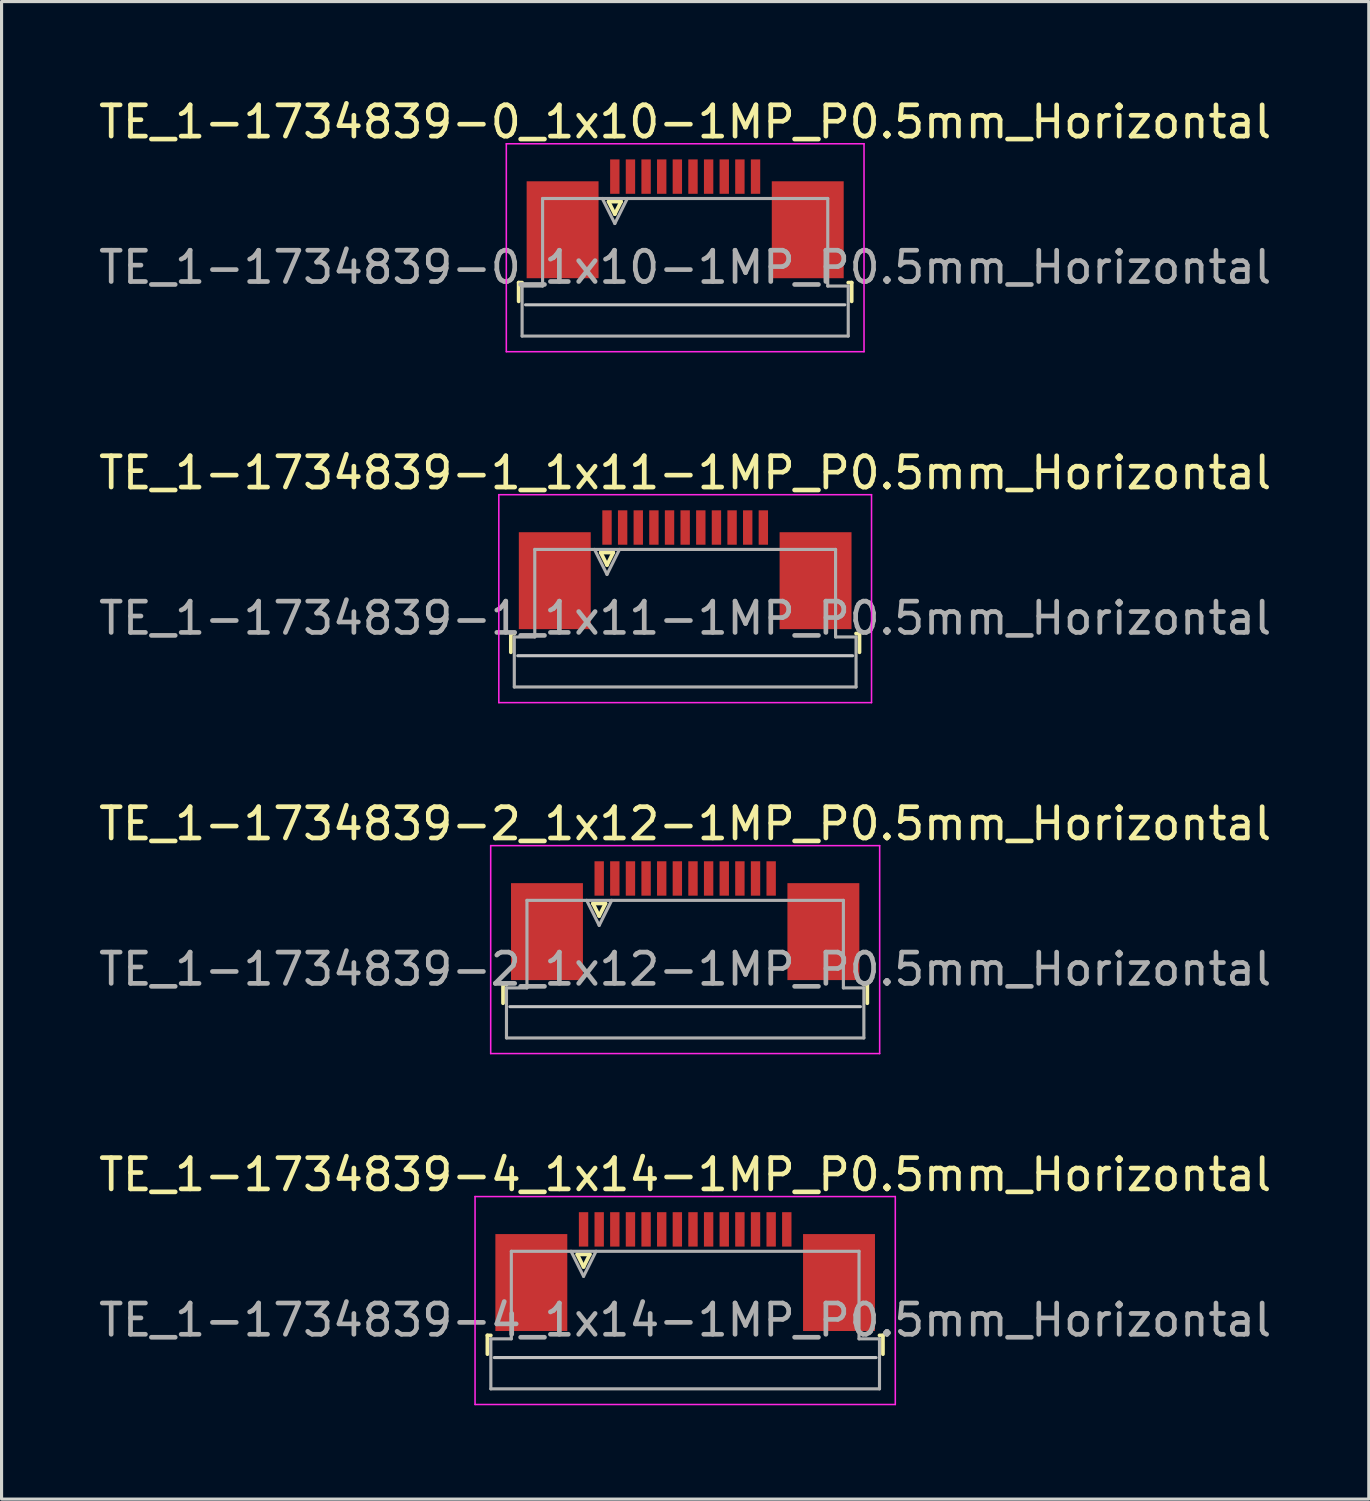
<source format=kicad_pcb>
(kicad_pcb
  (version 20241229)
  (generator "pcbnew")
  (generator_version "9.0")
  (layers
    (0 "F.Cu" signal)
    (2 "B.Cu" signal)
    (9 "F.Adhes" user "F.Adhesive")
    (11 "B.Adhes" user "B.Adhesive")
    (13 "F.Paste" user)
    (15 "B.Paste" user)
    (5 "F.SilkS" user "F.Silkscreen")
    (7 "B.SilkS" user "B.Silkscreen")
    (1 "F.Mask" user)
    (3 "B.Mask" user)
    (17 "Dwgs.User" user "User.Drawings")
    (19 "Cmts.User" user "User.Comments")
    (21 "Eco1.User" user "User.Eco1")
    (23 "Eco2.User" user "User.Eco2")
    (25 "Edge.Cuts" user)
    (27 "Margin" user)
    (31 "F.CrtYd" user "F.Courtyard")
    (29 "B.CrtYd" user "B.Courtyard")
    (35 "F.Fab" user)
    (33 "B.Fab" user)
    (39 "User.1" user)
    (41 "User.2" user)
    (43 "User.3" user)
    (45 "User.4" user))
  (footprint "TE_1-1734839-0_1x10-1MP_P0.5mm_Horizontal"
    (layer "F.Cu")
    (at 18.863 3.948)
    (property "Reference" "TE_1-1734839-0_1x10-1MP_P0.5mm_Horizontal" (at 0 -3.1 0) (layer "F.SilkS") (effects (font (size 1 1) (thickness 0.15))))
    (attr smd)
    (fp_line (start -5.325 2.04) (end -5.325 2.64) (stroke (width 0.12) (type solid)) (layer "F.SilkS"))
    (fp_line (start -5.215 2.04) (end -5.325 2.04) (stroke (width 0.12) (type solid)) (layer "F.SilkS"))
    (fp_line (start -2.45 -0.55) (end -2.25 -0.15) (stroke (width 0.12) (type solid)) (layer "F.SilkS"))
    (fp_line (start -2.25 -0.15) (end -2.05 -0.55) (stroke (width 0.12) (type solid)) (layer "F.SilkS"))
    (fp_line (start -2.05 -0.55) (end -2.45 -0.55) (stroke (width 0.12) (type solid)) (layer "F.SilkS"))
    (fp_line (start 5.215 2.04) (end 5.325 2.04) (stroke (width 0.12) (type solid)) (layer "F.SilkS"))
    (fp_line (start 5.325 2.04) (end 5.325 2.64) (stroke (width 0.12) (type solid)) (layer "F.SilkS"))
    (fp_line (start 5.105 2.75) (end -5.105 2.75) (stroke (width 0.1) (type solid)) (layer "Dwgs.User"))
    (fp_line (start -5.72 -2.4) (end -5.72 4.25) (stroke (width 0.05) (type solid)) (layer "F.CrtYd"))
    (fp_line (start -5.72 4.25) (end 5.72 4.25) (stroke (width 0.05) (type solid)) (layer "F.CrtYd"))
    (fp_line (start 5.72 -2.4) (end -5.72 -2.4) (stroke (width 0.05) (type solid)) (layer "F.CrtYd"))
    (fp_line (start 5.72 4.25) (end 5.72 -2.4) (stroke (width 0.05) (type solid)) (layer "F.CrtYd"))
    (fp_line (start -5.215 2.15) (end -4.56 2.15) (stroke (width 0.1) (type solid)) (layer "F.Fab"))
    (fp_line (start -5.215 3.75) (end -5.215 2.15) (stroke (width 0.1) (type solid)) (layer "F.Fab"))
    (fp_line (start -4.56 -0.65) (end 4.56 -0.65) (stroke (width 0.1) (type solid)) (layer "F.Fab"))
    (fp_line (start -4.56 2.15) (end -4.56 -0.65) (stroke (width 0.1) (type solid)) (layer "F.Fab"))
    (fp_line (start -2.65 -0.65) (end -2.25 0.15) (stroke (width 0.1) (type solid)) (layer "F.Fab"))
    (fp_line (start -2.25 0.15) (end -1.85 -0.65) (stroke (width 0.1) (type solid)) (layer "F.Fab"))
    (fp_line (start 4.56 -0.65) (end 4.56 2.15) (stroke (width 0.1) (type solid)) (layer "F.Fab"))
    (fp_line (start 4.56 2.15) (end 5.215 2.15) (stroke (width 0.1) (type solid)) (layer "F.Fab"))
    (fp_line (start 5.215 2.15) (end 5.215 3.75) (stroke (width 0.1) (type solid)) (layer "F.Fab"))
    (fp_line (start 5.215 3.75) (end -5.215 3.75) (stroke (width 0.1) (type solid)) (layer "F.Fab"))
    (fp_text user "${REFERENCE}" (at 0 1.55 0) (layer "F.Fab") (effects (font (size 1 1) (thickness 0.15))))
    (pad "1" smd rect (at -2.25 -1.35) (size 0.3 1.1) (layers "F.Cu" "F.Mask" "F.Paste"))
    (pad "2" smd rect (at -1.75 -1.35) (size 0.3 1.1) (layers "F.Cu" "F.Mask" "F.Paste"))
    (pad "3" smd rect (at -1.25 -1.35) (size 0.3 1.1) (layers "F.Cu" "F.Mask" "F.Paste"))
    (pad "4" smd rect (at -0.75 -1.35) (size 0.3 1.1) (layers "F.Cu" "F.Mask" "F.Paste"))
    (pad "5" smd rect (at -0.25 -1.35) (size 0.3 1.1) (layers "F.Cu" "F.Mask" "F.Paste"))
    (pad "6" smd rect (at 0.25 -1.35) (size 0.3 1.1) (layers "F.Cu" "F.Mask" "F.Paste"))
    (pad "7" smd rect (at 0.75 -1.35) (size 0.3 1.1) (layers "F.Cu" "F.Mask" "F.Paste"))
    (pad "8" smd rect (at 1.25 -1.35) (size 0.3 1.1) (layers "F.Cu" "F.Mask" "F.Paste"))
    (pad "9" smd rect (at 1.75 -1.35) (size 0.3 1.1) (layers "F.Cu" "F.Mask" "F.Paste"))
    (pad "10" smd rect (at 2.25 -1.35) (size 0.3 1.1) (layers "F.Cu" "F.Mask" "F.Paste"))
    (pad "MP" smd rect (at -3.92 0.35) (size 2.3 3.1) (layers "F.Cu" "F.Mask" "F.Paste"))
    (pad "MP" smd rect (at 3.92 0.35) (size 2.3 3.1) (layers "F.Cu" "F.Mask" "F.Paste")))
  (footprint "TE_1-1734839-2_1x12-1MP_P0.5mm_Horizontal"
    (layer "F.Cu")
    (at 18.863 26.395)
    (property "Reference" "TE_1-1734839-2_1x12-1MP_P0.5mm_Horizontal" (at 0 -3.1 0) (layer "F.SilkS") (effects (font (size 1 1) (thickness 0.15))))
    (attr smd)
    (fp_line (start -5.825 2.04) (end -5.825 2.64) (stroke (width 0.12) (type solid)) (layer "F.SilkS"))
    (fp_line (start -5.715 2.04) (end -5.825 2.04) (stroke (width 0.12) (type solid)) (layer "F.SilkS"))
    (fp_line (start -2.95 -0.55) (end -2.75 -0.15) (stroke (width 0.12) (type solid)) (layer "F.SilkS"))
    (fp_line (start -2.75 -0.15) (end -2.55 -0.55) (stroke (width 0.12) (type solid)) (layer "F.SilkS"))
    (fp_line (start -2.55 -0.55) (end -2.95 -0.55) (stroke (width 0.12) (type solid)) (layer "F.SilkS"))
    (fp_line (start 5.715 2.04) (end 5.825 2.04) (stroke (width 0.12) (type solid)) (layer "F.SilkS"))
    (fp_line (start 5.825 2.04) (end 5.825 2.64) (stroke (width 0.12) (type solid)) (layer "F.SilkS"))
    (fp_line (start 5.605 2.75) (end -5.605 2.75) (stroke (width 0.1) (type solid)) (layer "Dwgs.User"))
    (fp_line (start -6.22 -2.4) (end -6.22 4.25) (stroke (width 0.05) (type solid)) (layer "F.CrtYd"))
    (fp_line (start -6.22 4.25) (end 6.22 4.25) (stroke (width 0.05) (type solid)) (layer "F.CrtYd"))
    (fp_line (start 6.22 -2.4) (end -6.22 -2.4) (stroke (width 0.05) (type solid)) (layer "F.CrtYd"))
    (fp_line (start 6.22 4.25) (end 6.22 -2.4) (stroke (width 0.05) (type solid)) (layer "F.CrtYd"))
    (fp_line (start -5.715 2.15) (end -5.06 2.15) (stroke (width 0.1) (type solid)) (layer "F.Fab"))
    (fp_line (start -5.715 3.75) (end -5.715 2.15) (stroke (width 0.1) (type solid)) (layer "F.Fab"))
    (fp_line (start -5.06 -0.65) (end 5.06 -0.65) (stroke (width 0.1) (type solid)) (layer "F.Fab"))
    (fp_line (start -5.06 2.15) (end -5.06 -0.65) (stroke (width 0.1) (type solid)) (layer "F.Fab"))
    (fp_line (start -3.15 -0.65) (end -2.75 0.15) (stroke (width 0.1) (type solid)) (layer "F.Fab"))
    (fp_line (start -2.75 0.15) (end -2.35 -0.65) (stroke (width 0.1) (type solid)) (layer "F.Fab"))
    (fp_line (start 5.06 -0.65) (end 5.06 2.15) (stroke (width 0.1) (type solid)) (layer "F.Fab"))
    (fp_line (start 5.06 2.15) (end 5.715 2.15) (stroke (width 0.1) (type solid)) (layer "F.Fab"))
    (fp_line (start 5.715 2.15) (end 5.715 3.75) (stroke (width 0.1) (type solid)) (layer "F.Fab"))
    (fp_line (start 5.715 3.75) (end -5.715 3.75) (stroke (width 0.1) (type solid)) (layer "F.Fab"))
    (fp_text user "${REFERENCE}" (at 0 1.55 0) (layer "F.Fab") (effects (font (size 1 1) (thickness 0.15))))
    (pad "1" smd rect (at -2.75 -1.35) (size 0.3 1.1) (layers "F.Cu" "F.Mask" "F.Paste"))
    (pad "2" smd rect (at -2.25 -1.35) (size 0.3 1.1) (layers "F.Cu" "F.Mask" "F.Paste"))
    (pad "3" smd rect (at -1.75 -1.35) (size 0.3 1.1) (layers "F.Cu" "F.Mask" "F.Paste"))
    (pad "4" smd rect (at -1.25 -1.35) (size 0.3 1.1) (layers "F.Cu" "F.Mask" "F.Paste"))
    (pad "5" smd rect (at -0.75 -1.35) (size 0.3 1.1) (layers "F.Cu" "F.Mask" "F.Paste"))
    (pad "6" smd rect (at -0.25 -1.35) (size 0.3 1.1) (layers "F.Cu" "F.Mask" "F.Paste"))
    (pad "7" smd rect (at 0.25 -1.35) (size 0.3 1.1) (layers "F.Cu" "F.Mask" "F.Paste"))
    (pad "8" smd rect (at 0.75 -1.35) (size 0.3 1.1) (layers "F.Cu" "F.Mask" "F.Paste"))
    (pad "9" smd rect (at 1.25 -1.35) (size 0.3 1.1) (layers "F.Cu" "F.Mask" "F.Paste"))
    (pad "10" smd rect (at 1.75 -1.35) (size 0.3 1.1) (layers "F.Cu" "F.Mask" "F.Paste"))
    (pad "11" smd rect (at 2.25 -1.35) (size 0.3 1.1) (layers "F.Cu" "F.Mask" "F.Paste"))
    (pad "12" smd rect (at 2.75 -1.35) (size 0.3 1.1) (layers "F.Cu" "F.Mask" "F.Paste"))
    (pad "MP" smd rect (at -4.42 0.35) (size 2.3 3.1) (layers "F.Cu" "F.Mask" "F.Paste"))
    (pad "MP" smd rect (at 4.42 0.35) (size 2.3 3.1) (layers "F.Cu" "F.Mask" "F.Paste")))
  (footprint "TE_1-1734839-4_1x14-1MP_P0.5mm_Horizontal"
    (layer "F.Cu")
    (at 18.863 37.618)
    (property "Reference" "TE_1-1734839-4_1x14-1MP_P0.5mm_Horizontal" (at 0 -3.1 0) (layer "F.SilkS") (effects (font (size 1 1) (thickness 0.15))))
    (attr smd)
    (fp_line (start -6.325 2.04) (end -6.325 2.64) (stroke (width 0.12) (type solid)) (layer "F.SilkS"))
    (fp_line (start -6.215 2.04) (end -6.325 2.04) (stroke (width 0.12) (type solid)) (layer "F.SilkS"))
    (fp_line (start -3.45 -0.55) (end -3.25 -0.15) (stroke (width 0.12) (type solid)) (layer "F.SilkS"))
    (fp_line (start -3.25 -0.15) (end -3.05 -0.55) (stroke (width 0.12) (type solid)) (layer "F.SilkS"))
    (fp_line (start -3.05 -0.55) (end -3.45 -0.55) (stroke (width 0.12) (type solid)) (layer "F.SilkS"))
    (fp_line (start 6.215 2.04) (end 6.325 2.04) (stroke (width 0.12) (type solid)) (layer "F.SilkS"))
    (fp_line (start 6.325 2.04) (end 6.325 2.64) (stroke (width 0.12) (type solid)) (layer "F.SilkS"))
    (fp_line (start 6.105 2.75) (end -6.105 2.75) (stroke (width 0.1) (type solid)) (layer "Dwgs.User"))
    (fp_line (start -6.72 -2.4) (end -6.72 4.25) (stroke (width 0.05) (type solid)) (layer "F.CrtYd"))
    (fp_line (start -6.72 4.25) (end 6.72 4.25) (stroke (width 0.05) (type solid)) (layer "F.CrtYd"))
    (fp_line (start 6.72 -2.4) (end -6.72 -2.4) (stroke (width 0.05) (type solid)) (layer "F.CrtYd"))
    (fp_line (start 6.72 4.25) (end 6.72 -2.4) (stroke (width 0.05) (type solid)) (layer "F.CrtYd"))
    (fp_line (start -6.215 2.15) (end -5.56 2.15) (stroke (width 0.1) (type solid)) (layer "F.Fab"))
    (fp_line (start -6.215 3.75) (end -6.215 2.15) (stroke (width 0.1) (type solid)) (layer "F.Fab"))
    (fp_line (start -5.56 -0.65) (end 5.56 -0.65) (stroke (width 0.1) (type solid)) (layer "F.Fab"))
    (fp_line (start -5.56 2.15) (end -5.56 -0.65) (stroke (width 0.1) (type solid)) (layer "F.Fab"))
    (fp_line (start -3.65 -0.65) (end -3.25 0.15) (stroke (width 0.1) (type solid)) (layer "F.Fab"))
    (fp_line (start -3.25 0.15) (end -2.85 -0.65) (stroke (width 0.1) (type solid)) (layer "F.Fab"))
    (fp_line (start 5.56 -0.65) (end 5.56 2.15) (stroke (width 0.1) (type solid)) (layer "F.Fab"))
    (fp_line (start 5.56 2.15) (end 6.215 2.15) (stroke (width 0.1) (type solid)) (layer "F.Fab"))
    (fp_line (start 6.215 2.15) (end 6.215 3.75) (stroke (width 0.1) (type solid)) (layer "F.Fab"))
    (fp_line (start 6.215 3.75) (end -6.215 3.75) (stroke (width 0.1) (type solid)) (layer "F.Fab"))
    (fp_text user "${REFERENCE}" (at 0 1.55 0) (layer "F.Fab") (effects (font (size 1 1) (thickness 0.15))))
    (pad "1" smd rect (at -3.25 -1.35) (size 0.3 1.1) (layers "F.Cu" "F.Mask" "F.Paste"))
    (pad "2" smd rect (at -2.75 -1.35) (size 0.3 1.1) (layers "F.Cu" "F.Mask" "F.Paste"))
    (pad "3" smd rect (at -2.25 -1.35) (size 0.3 1.1) (layers "F.Cu" "F.Mask" "F.Paste"))
    (pad "4" smd rect (at -1.75 -1.35) (size 0.3 1.1) (layers "F.Cu" "F.Mask" "F.Paste"))
    (pad "5" smd rect (at -1.25 -1.35) (size 0.3 1.1) (layers "F.Cu" "F.Mask" "F.Paste"))
    (pad "6" smd rect (at -0.75 -1.35) (size 0.3 1.1) (layers "F.Cu" "F.Mask" "F.Paste"))
    (pad "7" smd rect (at -0.25 -1.35) (size 0.3 1.1) (layers "F.Cu" "F.Mask" "F.Paste"))
    (pad "8" smd rect (at 0.25 -1.35) (size 0.3 1.1) (layers "F.Cu" "F.Mask" "F.Paste"))
    (pad "9" smd rect (at 0.75 -1.35) (size 0.3 1.1) (layers "F.Cu" "F.Mask" "F.Paste"))
    (pad "10" smd rect (at 1.25 -1.35) (size 0.3 1.1) (layers "F.Cu" "F.Mask" "F.Paste"))
    (pad "11" smd rect (at 1.75 -1.35) (size 0.3 1.1) (layers "F.Cu" "F.Mask" "F.Paste"))
    (pad "12" smd rect (at 2.25 -1.35) (size 0.3 1.1) (layers "F.Cu" "F.Mask" "F.Paste"))
    (pad "13" smd rect (at 2.75 -1.35) (size 0.3 1.1) (layers "F.Cu" "F.Mask" "F.Paste"))
    (pad "14" smd rect (at 3.25 -1.35) (size 0.3 1.1) (layers "F.Cu" "F.Mask" "F.Paste"))
    (pad "MP" smd rect (at -4.92 0.35) (size 2.3 3.1) (layers "F.Cu" "F.Mask" "F.Paste"))
    (pad "MP" smd rect (at 4.92 0.35) (size 2.3 3.1) (layers "F.Cu" "F.Mask" "F.Paste")))
  (footprint "TE_1-1734839-1_1x11-1MP_P0.5mm_Horizontal"
    (layer "F.Cu")
    (at 18.863 15.171)
    (property "Reference" "TE_1-1734839-1_1x11-1MP_P0.5mm_Horizontal" (at 0 -3.1 0) (layer "F.SilkS") (effects (font (size 1 1) (thickness 0.15))))
    (attr smd)
    (fp_line (start -5.575 2.04) (end -5.575 2.64) (stroke (width 0.12) (type solid)) (layer "F.SilkS"))
    (fp_line (start -5.465 2.04) (end -5.575 2.04) (stroke (width 0.12) (type solid)) (layer "F.SilkS"))
    (fp_line (start -2.7 -0.55) (end -2.5 -0.15) (stroke (width 0.12) (type solid)) (layer "F.SilkS"))
    (fp_line (start -2.5 -0.15) (end -2.3 -0.55) (stroke (width 0.12) (type solid)) (layer "F.SilkS"))
    (fp_line (start -2.3 -0.55) (end -2.7 -0.55) (stroke (width 0.12) (type solid)) (layer "F.SilkS"))
    (fp_line (start 5.465 2.04) (end 5.575 2.04) (stroke (width 0.12) (type solid)) (layer "F.SilkS"))
    (fp_line (start 5.575 2.04) (end 5.575 2.64) (stroke (width 0.12) (type solid)) (layer "F.SilkS"))
    (fp_line (start 5.355 2.75) (end -5.355 2.75) (stroke (width 0.1) (type solid)) (layer "Dwgs.User"))
    (fp_line (start -5.96 -2.4) (end -5.96 4.25) (stroke (width 0.05) (type solid)) (layer "F.CrtYd"))
    (fp_line (start -5.96 4.25) (end 5.96 4.25) (stroke (width 0.05) (type solid)) (layer "F.CrtYd"))
    (fp_line (start 5.96 -2.4) (end -5.96 -2.4) (stroke (width 0.05) (type solid)) (layer "F.CrtYd"))
    (fp_line (start 5.96 4.25) (end 5.96 -2.4) (stroke (width 0.05) (type solid)) (layer "F.CrtYd"))
    (fp_line (start -5.465 2.15) (end -4.81 2.15) (stroke (width 0.1) (type solid)) (layer "F.Fab"))
    (fp_line (start -5.465 3.75) (end -5.465 2.15) (stroke (width 0.1) (type solid)) (layer "F.Fab"))
    (fp_line (start -4.81 -0.65) (end 4.81 -0.65) (stroke (width 0.1) (type solid)) (layer "F.Fab"))
    (fp_line (start -4.81 2.15) (end -4.81 -0.65) (stroke (width 0.1) (type solid)) (layer "F.Fab"))
    (fp_line (start -2.9 -0.65) (end -2.5 0.15) (stroke (width 0.1) (type solid)) (layer "F.Fab"))
    (fp_line (start -2.5 0.15) (end -2.1 -0.65) (stroke (width 0.1) (type solid)) (layer "F.Fab"))
    (fp_line (start 4.81 -0.65) (end 4.81 2.15) (stroke (width 0.1) (type solid)) (layer "F.Fab"))
    (fp_line (start 4.81 2.15) (end 5.465 2.15) (stroke (width 0.1) (type solid)) (layer "F.Fab"))
    (fp_line (start 5.465 2.15) (end 5.465 3.75) (stroke (width 0.1) (type solid)) (layer "F.Fab"))
    (fp_line (start 5.465 3.75) (end -5.465 3.75) (stroke (width 0.1) (type solid)) (layer "F.Fab"))
    (fp_text user "${REFERENCE}" (at 0 1.55 0) (layer "F.Fab") (effects (font (size 1 1) (thickness 0.15))))
    (pad "1" smd rect (at -2.5 -1.35) (size 0.3 1.1) (layers "F.Cu" "F.Mask" "F.Paste"))
    (pad "2" smd rect (at -2 -1.35) (size 0.3 1.1) (layers "F.Cu" "F.Mask" "F.Paste"))
    (pad "3" smd rect (at -1.5 -1.35) (size 0.3 1.1) (layers "F.Cu" "F.Mask" "F.Paste"))
    (pad "4" smd rect (at -1 -1.35) (size 0.3 1.1) (layers "F.Cu" "F.Mask" "F.Paste"))
    (pad "5" smd rect (at -0.5 -1.35) (size 0.3 1.1) (layers "F.Cu" "F.Mask" "F.Paste"))
    (pad "6" smd rect (at 0 -1.35) (size 0.3 1.1) (layers "F.Cu" "F.Mask" "F.Paste"))
    (pad "7" smd rect (at 0.5 -1.35) (size 0.3 1.1) (layers "F.Cu" "F.Mask" "F.Paste"))
    (pad "8" smd rect (at 1 -1.35) (size 0.3 1.1) (layers "F.Cu" "F.Mask" "F.Paste"))
    (pad "9" smd rect (at 1.5 -1.35) (size 0.3 1.1) (layers "F.Cu" "F.Mask" "F.Paste"))
    (pad "10" smd rect (at 2 -1.35) (size 0.3 1.1) (layers "F.Cu" "F.Mask" "F.Paste"))
    (pad "11" smd rect (at 2.5 -1.35) (size 0.3 1.1) (layers "F.Cu" "F.Mask" "F.Paste"))
    (pad "MP" smd rect (at -4.17 0.35) (size 2.3 3.1) (layers "F.Cu" "F.Mask" "F.Paste"))
    (pad "MP" smd rect (at 4.17 0.35) (size 2.3 3.1) (layers "F.Cu" "F.Mask" "F.Paste")))
  (gr_rect
    (start -3 -3)
    (end 40.726 44.893)
    (stroke (width 0.1) (type default))
    (fill no)
    (layer "Edge.Cuts")))
</source>
